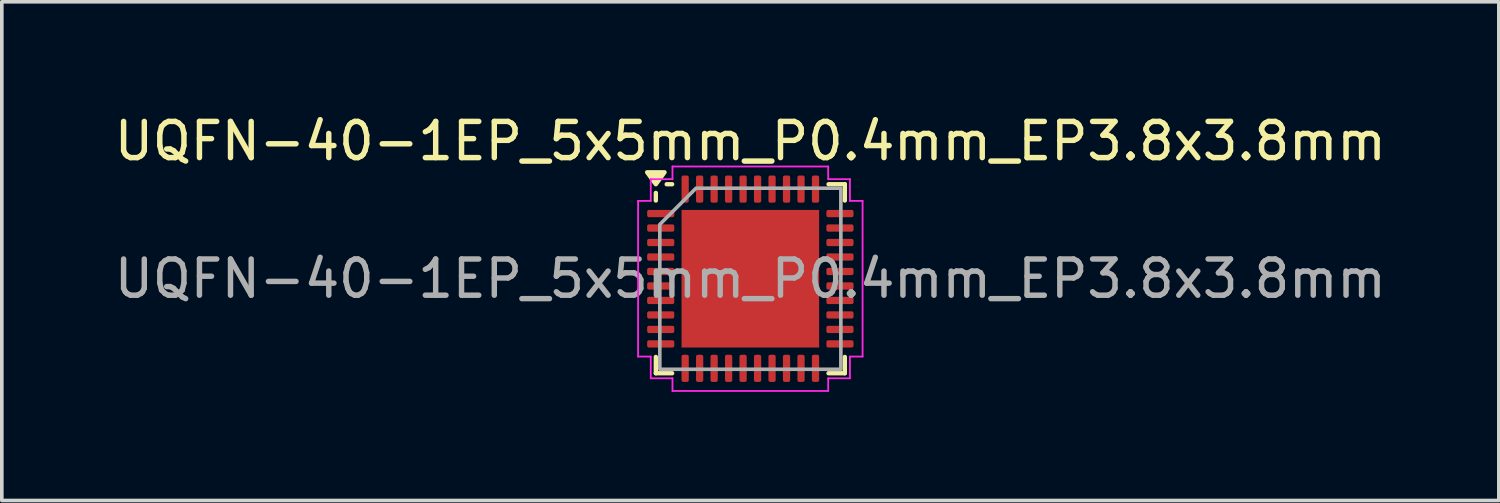
<source format=kicad_pcb>
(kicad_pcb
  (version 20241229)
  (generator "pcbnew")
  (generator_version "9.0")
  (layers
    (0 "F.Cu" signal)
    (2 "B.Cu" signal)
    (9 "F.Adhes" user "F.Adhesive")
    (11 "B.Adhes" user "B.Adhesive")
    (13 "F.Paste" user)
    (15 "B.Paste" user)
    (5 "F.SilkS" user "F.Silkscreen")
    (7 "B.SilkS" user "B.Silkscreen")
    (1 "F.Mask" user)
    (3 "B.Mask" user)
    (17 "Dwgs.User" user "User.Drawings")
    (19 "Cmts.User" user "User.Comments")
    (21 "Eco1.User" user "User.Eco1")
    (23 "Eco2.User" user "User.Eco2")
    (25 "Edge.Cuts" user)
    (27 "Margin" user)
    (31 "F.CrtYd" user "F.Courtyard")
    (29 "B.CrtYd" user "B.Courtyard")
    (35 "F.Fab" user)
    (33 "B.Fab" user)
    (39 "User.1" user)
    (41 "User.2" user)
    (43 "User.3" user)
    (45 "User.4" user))
  (footprint "UQFN-40-1EP_5x5mm_P0.4mm_EP3.8x3.8mm"
    (layer "F.Cu")
    (at 17.673 4.648)
    (property "Reference" "UQFN-40-1EP_5x5mm_P0.4mm_EP3.8x3.8mm" (at 0 -3.8 0) (layer "F.SilkS") (effects (font (size 1 1) (thickness 0.15))))
    (attr smd)
    (fp_line (start -2.61 -2.16) (end -2.61 -2.37) (stroke (width 0.12) (type solid)) (layer "F.SilkS"))
    (fp_line (start -2.61 2.61) (end -2.61 2.16) (stroke (width 0.12) (type solid)) (layer "F.SilkS"))
    (fp_line (start -2.16 -2.61) (end -2.31 -2.61) (stroke (width 0.12) (type solid)) (layer "F.SilkS"))
    (fp_line (start -2.16 2.61) (end -2.61 2.61) (stroke (width 0.12) (type solid)) (layer "F.SilkS"))
    (fp_line (start 2.16 -2.61) (end 2.61 -2.61) (stroke (width 0.12) (type solid)) (layer "F.SilkS"))
    (fp_line (start 2.16 2.61) (end 2.61 2.61) (stroke (width 0.12) (type solid)) (layer "F.SilkS"))
    (fp_line (start 2.61 -2.61) (end 2.61 -2.16) (stroke (width 0.12) (type solid)) (layer "F.SilkS"))
    (fp_line (start 2.61 2.61) (end 2.61 2.16) (stroke (width 0.12) (type solid)) (layer "F.SilkS"))
    (fp_poly (pts (xy -2.61 -2.61) (xy -2.85 -2.94) (xy -2.37 -2.94)) (stroke (width 0.12) (type solid)) (fill yes) (layer "F.SilkS"))
    (fp_line (start -3.1 -2.15) (end -2.75 -2.15) (stroke (width 0.05) (type solid)) (layer "F.CrtYd"))
    (fp_line (start -3.1 2.15) (end -3.1 -2.15) (stroke (width 0.05) (type solid)) (layer "F.CrtYd"))
    (fp_line (start -2.75 -2.75) (end -2.15 -2.75) (stroke (width 0.05) (type solid)) (layer "F.CrtYd"))
    (fp_line (start -2.75 -2.15) (end -2.75 -2.75) (stroke (width 0.05) (type solid)) (layer "F.CrtYd"))
    (fp_line (start -2.75 2.15) (end -3.1 2.15) (stroke (width 0.05) (type solid)) (layer "F.CrtYd"))
    (fp_line (start -2.75 2.75) (end -2.75 2.15) (stroke (width 0.05) (type solid)) (layer "F.CrtYd"))
    (fp_line (start -2.15 -3.1) (end 2.15 -3.1) (stroke (width 0.05) (type solid)) (layer "F.CrtYd"))
    (fp_line (start -2.15 -2.75) (end -2.15 -3.1) (stroke (width 0.05) (type solid)) (layer "F.CrtYd"))
    (fp_line (start -2.15 2.75) (end -2.75 2.75) (stroke (width 0.05) (type solid)) (layer "F.CrtYd"))
    (fp_line (start -2.15 3.1) (end -2.15 2.75) (stroke (width 0.05) (type solid)) (layer "F.CrtYd"))
    (fp_line (start 2.15 -3.1) (end 2.15 -2.75) (stroke (width 0.05) (type solid)) (layer "F.CrtYd"))
    (fp_line (start 2.15 -2.75) (end 2.75 -2.75) (stroke (width 0.05) (type solid)) (layer "F.CrtYd"))
    (fp_line (start 2.15 2.75) (end 2.15 3.1) (stroke (width 0.05) (type solid)) (layer "F.CrtYd"))
    (fp_line (start 2.15 3.1) (end -2.15 3.1) (stroke (width 0.05) (type solid)) (layer "F.CrtYd"))
    (fp_line (start 2.75 -2.75) (end 2.75 -2.15) (stroke (width 0.05) (type solid)) (layer "F.CrtYd"))
    (fp_line (start 2.75 -2.15) (end 3.1 -2.15) (stroke (width 0.05) (type solid)) (layer "F.CrtYd"))
    (fp_line (start 2.75 2.15) (end 2.75 2.75) (stroke (width 0.05) (type solid)) (layer "F.CrtYd"))
    (fp_line (start 2.75 2.75) (end 2.15 2.75) (stroke (width 0.05) (type solid)) (layer "F.CrtYd"))
    (fp_line (start 3.1 -2.15) (end 3.1 2.15) (stroke (width 0.05) (type solid)) (layer "F.CrtYd"))
    (fp_line (start 3.1 2.15) (end 2.75 2.15) (stroke (width 0.05) (type solid)) (layer "F.CrtYd"))
    (fp_poly (pts (xy -2.5 -1.5) (xy -2.5 2.5) (xy 2.5 2.5) (xy 2.5 -2.5) (xy -1.5 -2.5)) (stroke (width 0.1) (type solid)) (fill no) (layer "F.Fab"))
    (fp_text user "${REFERENCE}" (at 0 0 0) (layer "F.Fab") (effects (font (size 1 1) (thickness 0.15))))
    (pad "" smd roundrect (at -1.27 -1.27) (size 1.02 1.02) (layers "F.Paste") (roundrect_rratio 0.245))
    (pad "" smd roundrect (at -1.27 0) (size 1.02 1.02) (layers "F.Paste") (roundrect_rratio 0.245))
    (pad "" smd roundrect (at -1.27 1.27) (size 1.02 1.02) (layers "F.Paste") (roundrect_rratio 0.245))
    (pad "" smd roundrect (at 0 -1.27) (size 1.02 1.02) (layers "F.Paste") (roundrect_rratio 0.245))
    (pad "" smd roundrect (at 0 0) (size 1.02 1.02) (layers "F.Paste") (roundrect_rratio 0.245))
    (pad "" smd roundrect (at 0 1.27) (size 1.02 1.02) (layers "F.Paste") (roundrect_rratio 0.245))
    (pad "" smd roundrect (at 1.27 -1.27) (size 1.02 1.02) (layers "F.Paste") (roundrect_rratio 0.245))
    (pad "" smd roundrect (at 1.27 0) (size 1.02 1.02) (layers "F.Paste") (roundrect_rratio 0.245))
    (pad "" smd roundrect (at 1.27 1.27) (size 1.02 1.02) (layers "F.Paste") (roundrect_rratio 0.245))
    (pad "1" smd roundrect (at -2.475 -1.8) (size 0.75 0.2) (layers "F.Cu" "F.Mask" "F.Paste") (roundrect_rratio 0.25))
    (pad "2" smd roundrect (at -2.475 -1.4) (size 0.75 0.2) (layers "F.Cu" "F.Mask" "F.Paste") (roundrect_rratio 0.25))
    (pad "3" smd roundrect (at -2.475 -1) (size 0.75 0.2) (layers "F.Cu" "F.Mask" "F.Paste") (roundrect_rratio 0.25))
    (pad "4" smd roundrect (at -2.475 -0.6) (size 0.75 0.2) (layers "F.Cu" "F.Mask" "F.Paste") (roundrect_rratio 0.25))
    (pad "5" smd roundrect (at -2.475 -0.2) (size 0.75 0.2) (layers "F.Cu" "F.Mask" "F.Paste") (roundrect_rratio 0.25))
    (pad "6" smd roundrect (at -2.475 0.2) (size 0.75 0.2) (layers "F.Cu" "F.Mask" "F.Paste") (roundrect_rratio 0.25))
    (pad "7" smd roundrect (at -2.475 0.6) (size 0.75 0.2) (layers "F.Cu" "F.Mask" "F.Paste") (roundrect_rratio 0.25))
    (pad "8" smd roundrect (at -2.475 1) (size 0.75 0.2) (layers "F.Cu" "F.Mask" "F.Paste") (roundrect_rratio 0.25))
    (pad "9" smd roundrect (at -2.475 1.4) (size 0.75 0.2) (layers "F.Cu" "F.Mask" "F.Paste") (roundrect_rratio 0.25))
    (pad "10" smd roundrect (at -2.475 1.8) (size 0.75 0.2) (layers "F.Cu" "F.Mask" "F.Paste") (roundrect_rratio 0.25))
    (pad "11" smd roundrect (at -1.8 2.475) (size 0.2 0.75) (layers "F.Cu" "F.Mask" "F.Paste") (roundrect_rratio 0.25))
    (pad "12" smd roundrect (at -1.4 2.475) (size 0.2 0.75) (layers "F.Cu" "F.Mask" "F.Paste") (roundrect_rratio 0.25))
    (pad "13" smd roundrect (at -1 2.475) (size 0.2 0.75) (layers "F.Cu" "F.Mask" "F.Paste") (roundrect_rratio 0.25))
    (pad "14" smd roundrect (at -0.6 2.475) (size 0.2 0.75) (layers "F.Cu" "F.Mask" "F.Paste") (roundrect_rratio 0.25))
    (pad "15" smd roundrect (at -0.2 2.475) (size 0.2 0.75) (layers "F.Cu" "F.Mask" "F.Paste") (roundrect_rratio 0.25))
    (pad "16" smd roundrect (at 0.2 2.475) (size 0.2 0.75) (layers "F.Cu" "F.Mask" "F.Paste") (roundrect_rratio 0.25))
    (pad "17" smd roundrect (at 0.6 2.475) (size 0.2 0.75) (layers "F.Cu" "F.Mask" "F.Paste") (roundrect_rratio 0.25))
    (pad "18" smd roundrect (at 1 2.475) (size 0.2 0.75) (layers "F.Cu" "F.Mask" "F.Paste") (roundrect_rratio 0.25))
    (pad "19" smd roundrect (at 1.4 2.475) (size 0.2 0.75) (layers "F.Cu" "F.Mask" "F.Paste") (roundrect_rratio 0.25))
    (pad "20" smd roundrect (at 1.8 2.475) (size 0.2 0.75) (layers "F.Cu" "F.Mask" "F.Paste") (roundrect_rratio 0.25))
    (pad "21" smd roundrect (at 2.475 1.8) (size 0.75 0.2) (layers "F.Cu" "F.Mask" "F.Paste") (roundrect_rratio 0.25))
    (pad "22" smd roundrect (at 2.475 1.4) (size 0.75 0.2) (layers "F.Cu" "F.Mask" "F.Paste") (roundrect_rratio 0.25))
    (pad "23" smd roundrect (at 2.475 1) (size 0.75 0.2) (layers "F.Cu" "F.Mask" "F.Paste") (roundrect_rratio 0.25))
    (pad "24" smd roundrect (at 2.475 0.6) (size 0.75 0.2) (layers "F.Cu" "F.Mask" "F.Paste") (roundrect_rratio 0.25))
    (pad "25" smd roundrect (at 2.475 0.2) (size 0.75 0.2) (layers "F.Cu" "F.Mask" "F.Paste") (roundrect_rratio 0.25))
    (pad "26" smd roundrect (at 2.475 -0.2) (size 0.75 0.2) (layers "F.Cu" "F.Mask" "F.Paste") (roundrect_rratio 0.25))
    (pad "27" smd roundrect (at 2.475 -0.6) (size 0.75 0.2) (layers "F.Cu" "F.Mask" "F.Paste") (roundrect_rratio 0.25))
    (pad "28" smd roundrect (at 2.475 -1) (size 0.75 0.2) (layers "F.Cu" "F.Mask" "F.Paste") (roundrect_rratio 0.25))
    (pad "29" smd roundrect (at 2.475 -1.4) (size 0.75 0.2) (layers "F.Cu" "F.Mask" "F.Paste") (roundrect_rratio 0.25))
    (pad "30" smd roundrect (at 2.475 -1.8) (size 0.75 0.2) (layers "F.Cu" "F.Mask" "F.Paste") (roundrect_rratio 0.25))
    (pad "31" smd roundrect (at 1.8 -2.475) (size 0.2 0.75) (layers "F.Cu" "F.Mask" "F.Paste") (roundrect_rratio 0.25))
    (pad "32" smd roundrect (at 1.4 -2.475) (size 0.2 0.75) (layers "F.Cu" "F.Mask" "F.Paste") (roundrect_rratio 0.25))
    (pad "33" smd roundrect (at 1 -2.475) (size 0.2 0.75) (layers "F.Cu" "F.Mask" "F.Paste") (roundrect_rratio 0.25))
    (pad "34" smd roundrect (at 0.6 -2.475) (size 0.2 0.75) (layers "F.Cu" "F.Mask" "F.Paste") (roundrect_rratio 0.25))
    (pad "35" smd roundrect (at 0.2 -2.475) (size 0.2 0.75) (layers "F.Cu" "F.Mask" "F.Paste") (roundrect_rratio 0.25))
    (pad "36" smd roundrect (at -0.2 -2.475) (size 0.2 0.75) (layers "F.Cu" "F.Mask" "F.Paste") (roundrect_rratio 0.25))
    (pad "37" smd roundrect (at -0.6 -2.475) (size 0.2 0.75) (layers "F.Cu" "F.Mask" "F.Paste") (roundrect_rratio 0.25))
    (pad "38" smd roundrect (at -1 -2.475) (size 0.2 0.75) (layers "F.Cu" "F.Mask" "F.Paste") (roundrect_rratio 0.25))
    (pad "39" smd roundrect (at -1.4 -2.475) (size 0.2 0.75) (layers "F.Cu" "F.Mask" "F.Paste") (roundrect_rratio 0.25))
    (pad "40" smd roundrect (at -1.8 -2.475) (size 0.2 0.75) (layers "F.Cu" "F.Mask" "F.Paste") (roundrect_rratio 0.25))
    (pad "41" smd rect (at 0 0) (size 3.8 3.8) (property pad_prop_heatsink) (layers "F.Cu" "F.Mask")))
  (gr_rect
    (start -3 -3)
    (end 38.345 10.773)
    (stroke (width 0.1) (type default))
    (fill no)
    (layer "Edge.Cuts")))
</source>
